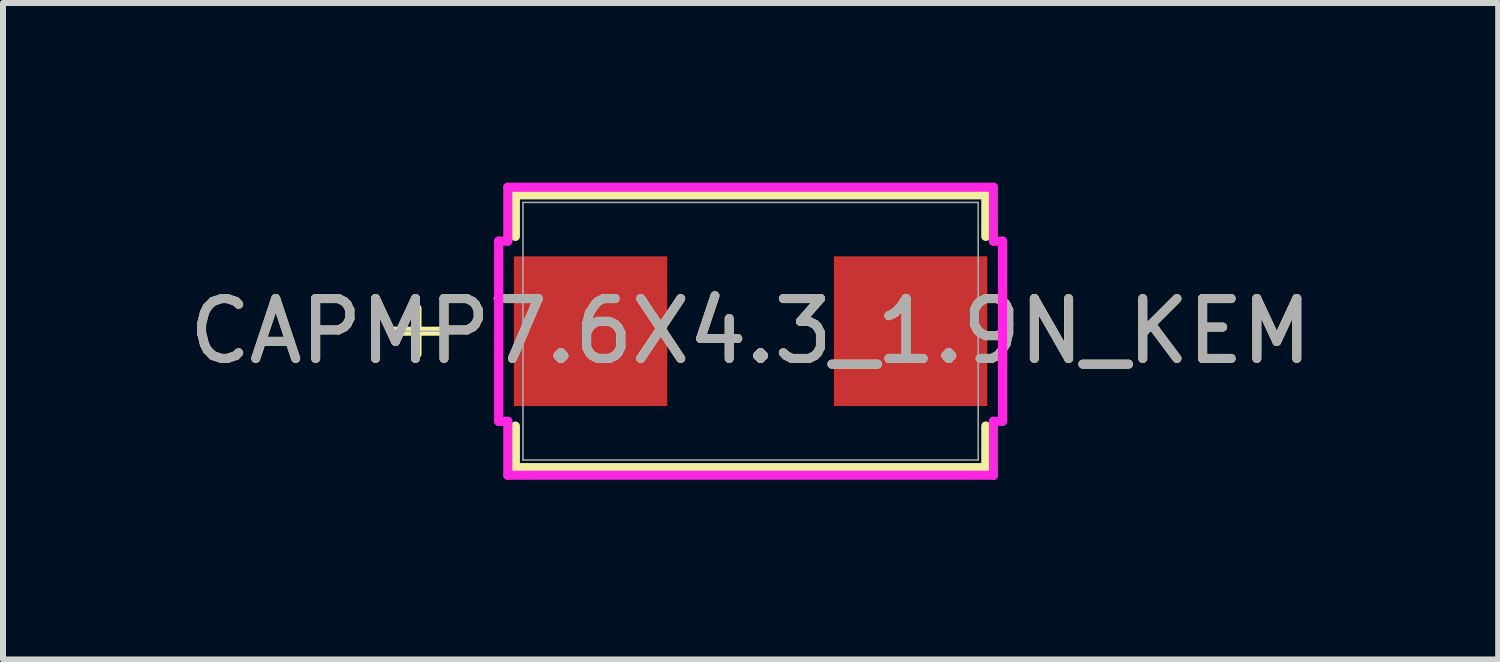
<source format=kicad_pcb>
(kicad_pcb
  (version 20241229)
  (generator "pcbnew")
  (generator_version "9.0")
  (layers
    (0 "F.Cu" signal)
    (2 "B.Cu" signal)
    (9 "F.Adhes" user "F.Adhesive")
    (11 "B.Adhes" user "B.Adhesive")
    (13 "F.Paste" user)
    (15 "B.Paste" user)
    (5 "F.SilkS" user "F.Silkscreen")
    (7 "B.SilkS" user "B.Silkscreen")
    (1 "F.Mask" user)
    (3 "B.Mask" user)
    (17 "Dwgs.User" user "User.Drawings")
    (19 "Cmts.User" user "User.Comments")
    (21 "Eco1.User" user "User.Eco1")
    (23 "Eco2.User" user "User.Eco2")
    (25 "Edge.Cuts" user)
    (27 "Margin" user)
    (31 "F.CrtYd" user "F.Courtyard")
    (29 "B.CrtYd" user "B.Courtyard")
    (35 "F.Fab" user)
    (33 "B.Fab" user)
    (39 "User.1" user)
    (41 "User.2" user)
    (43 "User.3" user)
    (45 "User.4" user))
  (footprint "CAPMP7.6X4.3_1.9N_KEM"
    (layer "F.Cu")
    (at 9.482 2.48)
    (property "Reference" "CAPMP7.6X4.3_1.9N_KEM" (at 0 0 0) (unlocked yes) (layer "F.SilkS") (effects (font (size 1 1) (thickness 0.15))))
    (attr smd)
    (fp_line (start -5.57 -0.381) (end -5.57 0.381) (stroke (width 0.152) (type solid)) (layer "F.SilkS"))
    (fp_line (start -5.189 0) (end -5.951 0) (stroke (width 0.152) (type solid)) (layer "F.SilkS"))
    (fp_line (start -3.927 -2.277) (end -3.927 -1.583) (stroke (width 0.152) (type solid)) (layer "F.SilkS"))
    (fp_line (start -3.927 1.583) (end -3.927 2.277) (stroke (width 0.152) (type solid)) (layer "F.SilkS"))
    (fp_line (start -3.927 2.277) (end 3.927 2.277) (stroke (width 0.152) (type solid)) (layer "F.SilkS"))
    (fp_line (start 3.927 -2.277) (end -3.927 -2.277) (stroke (width 0.152) (type solid)) (layer "F.SilkS"))
    (fp_line (start 3.927 -1.583) (end 3.927 -2.277) (stroke (width 0.152) (type solid)) (layer "F.SilkS"))
    (fp_line (start 3.927 2.277) (end 3.927 1.583) (stroke (width 0.152) (type solid)) (layer "F.SilkS"))
    (fp_line (start -4.206 -1.504) (end -4.054 -1.504) (stroke (width 0.152) (type solid)) (layer "F.CrtYd"))
    (fp_line (start -4.206 1.504) (end -4.206 -1.504) (stroke (width 0.152) (type solid)) (layer "F.CrtYd"))
    (fp_line (start -4.054 -2.404) (end 4.054 -2.404) (stroke (width 0.152) (type solid)) (layer "F.CrtYd"))
    (fp_line (start -4.054 -1.504) (end -4.054 -2.404) (stroke (width 0.152) (type solid)) (layer "F.CrtYd"))
    (fp_line (start -4.054 1.504) (end -4.206 1.504) (stroke (width 0.152) (type solid)) (layer "F.CrtYd"))
    (fp_line (start -4.054 2.404) (end -4.054 1.504) (stroke (width 0.152) (type solid)) (layer "F.CrtYd"))
    (fp_line (start 4.054 -2.404) (end 4.054 -1.504) (stroke (width 0.152) (type solid)) (layer "F.CrtYd"))
    (fp_line (start 4.054 -1.504) (end 4.206 -1.504) (stroke (width 0.152) (type solid)) (layer "F.CrtYd"))
    (fp_line (start 4.054 1.504) (end 4.054 2.404) (stroke (width 0.152) (type solid)) (layer "F.CrtYd"))
    (fp_line (start 4.054 2.404) (end -4.054 2.404) (stroke (width 0.152) (type solid)) (layer "F.CrtYd"))
    (fp_line (start 4.206 -1.504) (end 4.206 1.504) (stroke (width 0.152) (type solid)) (layer "F.CrtYd"))
    (fp_line (start 4.206 1.504) (end 4.054 1.504) (stroke (width 0.152) (type solid)) (layer "F.CrtYd"))
    (fp_line (start -5.57 -0.381) (end -5.57 0.381) (stroke (width 0.025) (type solid)) (layer "F.Fab"))
    (fp_line (start -5.189 0) (end -5.951 0) (stroke (width 0.025) (type solid)) (layer "F.Fab"))
    (fp_line (start -3.8 -2.15) (end -3.8 2.15) (stroke (width 0.025) (type solid)) (layer "F.Fab"))
    (fp_line (start -3.8 2.15) (end 3.8 2.15) (stroke (width 0.025) (type solid)) (layer "F.Fab"))
    (fp_line (start 3.8 -2.15) (end -3.8 -2.15) (stroke (width 0.025) (type solid)) (layer "F.Fab"))
    (fp_line (start 3.8 2.15) (end 3.8 -2.15) (stroke (width 0.025) (type solid)) (layer "F.Fab"))
    (fp_text user "${REFERENCE}" (at 0 0 0) (unlocked yes) (layer "F.Fab") (effects (font (size 1 1) (thickness 0.15))))
    (pad "1" smd rect (at -2.672 0 90) (size 2.5 2.56) (layers "F.Cu" "F.Mask" "F.Paste"))
    (pad "2" smd rect (at 2.672 0 90) (size 2.5 2.56) (layers "F.Cu" "F.Mask" "F.Paste"))
    (zone (net_name "") (layer "F.Cu") (hatch full 0.508) (connect_pads) (min_thickness 0.254) (filled_areas_thickness no) (keepout (tracks not_allowed) (vias not_allowed) (pads allowed) (copperpour not_allowed) (footprints allowed)) (placement (enabled no)) (fill) (polygon (pts (xy 5.733 0.381) (xy 13.231 0.381) (xy 13.231 1.179) (xy 5.733 1.179))))
    (zone (net_name "") (layer "F.Cu") (hatch full 0.508) (connect_pads) (min_thickness 0.254) (filled_areas_thickness no) (keepout (tracks not_allowed) (vias not_allowed) (pads allowed) (copperpour not_allowed) (footprints allowed)) (placement (enabled no)) (fill) (polygon (pts (xy 5.733 3.781) (xy 13.231 3.781) (xy 13.231 4.579) (xy 5.733 4.579))))
    (zone (net_name "") (layer "F.Cu") (hatch full 0.508) (connect_pads) (min_thickness 0.254) (filled_areas_thickness no) (keepout (tracks not_allowed) (vias not_allowed) (pads allowed) (copperpour not_allowed) (footprints allowed)) (placement (enabled no)) (fill) (polygon (pts (xy 7.841 1.179) (xy 11.123 1.179) (xy 11.123 3.781) (xy 7.841 3.781)))))
  (gr_rect
    (start -3 -3)
    (end 21.964 7.96)
    (stroke (width 0.1) (type default))
    (fill no)
    (layer "Edge.Cuts")))
</source>
